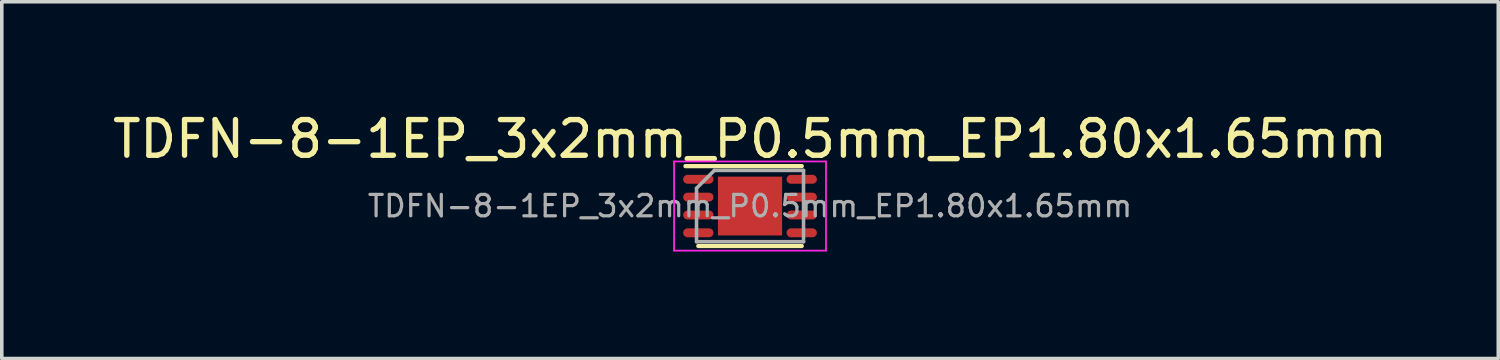
<source format=kicad_pcb>
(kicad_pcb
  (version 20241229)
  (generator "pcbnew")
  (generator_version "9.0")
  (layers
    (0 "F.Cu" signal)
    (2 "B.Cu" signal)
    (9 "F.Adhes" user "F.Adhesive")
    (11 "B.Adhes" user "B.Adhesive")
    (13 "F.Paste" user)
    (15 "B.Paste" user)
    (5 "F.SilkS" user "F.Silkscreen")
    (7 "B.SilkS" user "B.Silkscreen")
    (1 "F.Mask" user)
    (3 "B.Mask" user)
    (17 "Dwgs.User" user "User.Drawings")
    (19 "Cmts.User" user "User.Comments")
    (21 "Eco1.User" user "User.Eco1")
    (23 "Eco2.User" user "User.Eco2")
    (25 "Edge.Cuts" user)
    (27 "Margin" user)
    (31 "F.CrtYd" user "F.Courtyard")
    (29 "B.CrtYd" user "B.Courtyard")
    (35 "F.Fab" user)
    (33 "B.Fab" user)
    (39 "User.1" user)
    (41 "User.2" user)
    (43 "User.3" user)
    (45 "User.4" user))
  (footprint "TDFN-8-1EP_3x2mm_P0.5mm_EP1.80x1.65mm"
    (layer "F.Cu")
    (at 17.982 2.728)
    (property "Reference" "TDFN-8-1EP_3x2mm_P0.5mm_EP1.80x1.65mm" (at 0 -1.88 0) (layer "F.SilkS") (effects (font (size 1 1) (thickness 0.15))))
    (attr smd)
    (fp_line (start -1.81 -1.12) (end 1.45 -1.12) (stroke (width 0.12) (type solid)) (layer "F.SilkS"))
    (fp_line (start -1.45 1.12) (end 1.45 1.12) (stroke (width 0.12) (type solid)) (layer "F.SilkS"))
    (fp_line (start -2.13 -1.25) (end -2.13 1.25) (stroke (width 0.05) (type solid)) (layer "F.CrtYd"))
    (fp_line (start -2.13 1.25) (end 2.13 1.25) (stroke (width 0.05) (type solid)) (layer "F.CrtYd"))
    (fp_line (start 2.13 -1.25) (end -2.13 -1.25) (stroke (width 0.05) (type solid)) (layer "F.CrtYd"))
    (fp_line (start 2.13 1.25) (end 2.13 -1.25) (stroke (width 0.05) (type solid)) (layer "F.CrtYd"))
    (fp_line (start -1.5 -0.5) (end -1.5 1) (stroke (width 0.1) (type solid)) (layer "F.Fab"))
    (fp_line (start -1.5 1) (end 1.5 1) (stroke (width 0.1) (type solid)) (layer "F.Fab"))
    (fp_line (start -1 -1) (end -1.5 -0.5) (stroke (width 0.1) (type solid)) (layer "F.Fab"))
    (fp_line (start 1.5 -1) (end -1 -1) (stroke (width 0.1) (type solid)) (layer "F.Fab"))
    (fp_line (start 1.5 1) (end 1.5 -1) (stroke (width 0.1) (type solid)) (layer "F.Fab"))
    (fp_text user "${REFERENCE}" (at 0 0 0) (layer "F.Fab") (effects (font (size 0.6 0.6) (thickness 0.09))))
    (pad "" smd rect (at 0 -0.5) (size 0.7 0.65) (layers "F.Paste"))
    (pad "" smd rect (at 0 0) (size 1.8 0.7) (layers "F.Paste"))
    (pad "" smd rect (at 0 0.5) (size 0.7 0.65) (layers "F.Paste"))
    (pad "1" smd oval (at -1.45 -0.75) (size 0.85 0.25) (layers "F.Cu" "F.Mask" "F.Paste"))
    (pad "2" smd oval (at -1.45 -0.25) (size 0.85 0.25) (layers "F.Cu" "F.Mask" "F.Paste"))
    (pad "3" smd oval (at -1.45 0.25) (size 0.85 0.25) (layers "F.Cu" "F.Mask" "F.Paste"))
    (pad "4" smd oval (at -1.45 0.75) (size 0.85 0.25) (layers "F.Cu" "F.Mask" "F.Paste"))
    (pad "5" smd oval (at 1.45 0.75) (size 0.85 0.25) (layers "F.Cu" "F.Mask" "F.Paste"))
    (pad "6" smd oval (at 1.45 0.25) (size 0.85 0.25) (layers "F.Cu" "F.Mask" "F.Paste"))
    (pad "7" smd oval (at 1.45 -0.25) (size 0.85 0.25) (layers "F.Cu" "F.Mask" "F.Paste"))
    (pad "8" smd oval (at 1.45 -0.75) (size 0.85 0.25) (layers "F.Cu" "F.Mask" "F.Paste"))
    (pad "9" smd rect (at 0 0) (size 1.8 1.65) (layers "F.Cu" "F.Mask")))
  (gr_rect
    (start -3 -3)
    (end 38.964 7.003)
    (stroke (width 0.1) (type default))
    (fill no)
    (layer "Edge.Cuts")))
</source>
